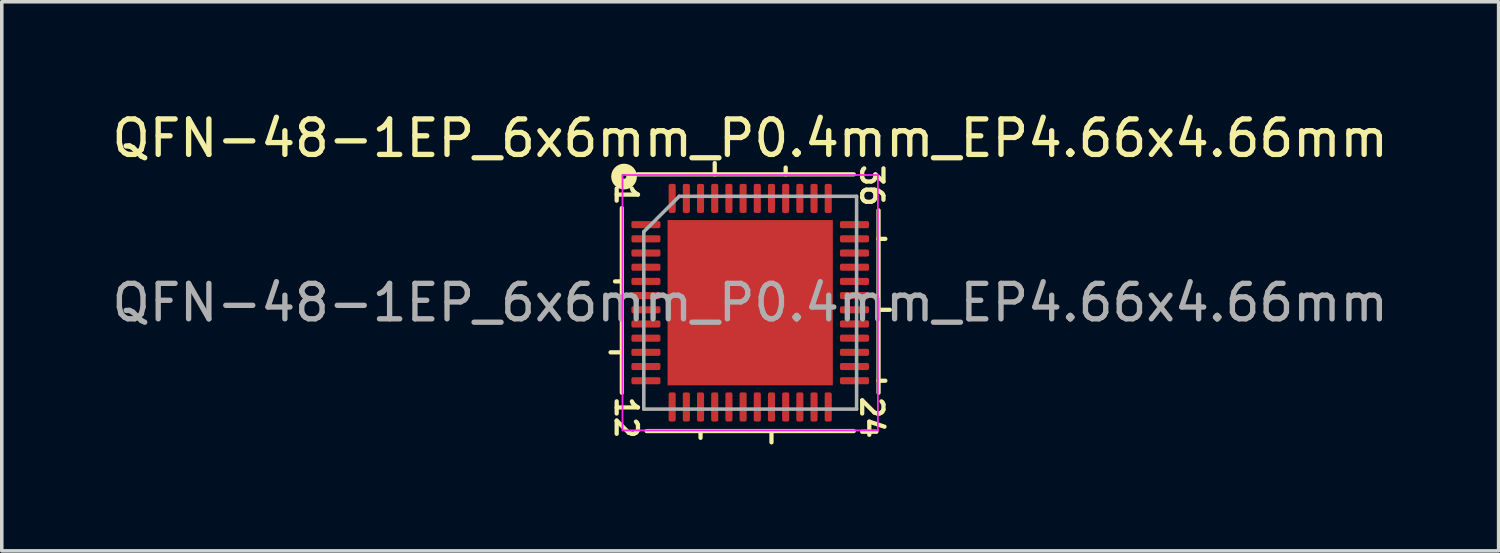
<source format=kicad_pcb>
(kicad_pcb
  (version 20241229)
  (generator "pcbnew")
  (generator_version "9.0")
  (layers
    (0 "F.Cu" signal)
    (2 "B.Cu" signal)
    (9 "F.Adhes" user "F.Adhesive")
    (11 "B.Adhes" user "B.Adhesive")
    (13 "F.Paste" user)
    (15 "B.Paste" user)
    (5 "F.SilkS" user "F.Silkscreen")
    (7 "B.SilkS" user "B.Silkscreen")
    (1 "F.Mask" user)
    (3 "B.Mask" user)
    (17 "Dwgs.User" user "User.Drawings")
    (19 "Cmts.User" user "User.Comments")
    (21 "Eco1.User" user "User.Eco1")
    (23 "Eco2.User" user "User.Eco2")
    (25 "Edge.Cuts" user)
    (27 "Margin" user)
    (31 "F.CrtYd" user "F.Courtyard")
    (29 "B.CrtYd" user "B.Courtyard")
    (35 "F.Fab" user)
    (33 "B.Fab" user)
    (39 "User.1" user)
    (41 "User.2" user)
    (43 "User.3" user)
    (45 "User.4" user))
  (footprint "QFN-48-1EP_6x6mm_P0.4mm_EP4.66x4.66mm"
    (layer "F.Cu")
    (at 18.101 5.484)
    (property "Reference" "QFN-48-1EP_6x6mm_P0.4mm_EP4.66x4.66mm" (at 0 -4.636 0) (layer "F.SilkS") (effects (font (size 1 1) (thickness 0.15))))
    (attr smd)
    (fp_line (start -3.619 -2.667) (end -3.619 2.54) (stroke (width 0.12) (type solid)) (layer "F.SilkS"))
    (fp_line (start -3.619 -0.6) (end -3.81 -0.6) (stroke (width 0.12) (type solid)) (layer "F.SilkS"))
    (fp_line (start -3.619 1.4) (end -3.937 1.4) (stroke (width 0.12) (type solid)) (layer "F.SilkS"))
    (fp_line (start -2.921 3.619) (end 2.921 3.619) (stroke (width 0.12) (type solid)) (layer "F.SilkS"))
    (fp_line (start -1.4 3.81) (end -1.4 3.619) (stroke (width 0.12) (type solid)) (layer "F.SilkS"))
    (fp_line (start -1 -3.619) (end -1 -3.937) (stroke (width 0.12) (type solid)) (layer "F.SilkS"))
    (fp_line (start 0.6 3.619) (end 0.6 3.937) (stroke (width 0.12) (type solid)) (layer "F.SilkS"))
    (fp_line (start 1 -3.619) (end 1 -3.81) (stroke (width 0.12) (type solid)) (layer "F.SilkS"))
    (fp_line (start 2.921 -3.619) (end -3.175 -3.619) (stroke (width 0.12) (type solid)) (layer "F.SilkS"))
    (fp_line (start 3.619 -1.8) (end 3.81 -1.8) (stroke (width 0.12) (type solid)) (layer "F.SilkS"))
    (fp_line (start 3.619 0.2) (end 3.937 0.2) (stroke (width 0.12) (type solid)) (layer "F.SilkS"))
    (fp_line (start 3.619 2.2) (end 3.81 2.2) (stroke (width 0.12) (type solid)) (layer "F.SilkS"))
    (fp_line (start 3.619 2.54) (end 3.619 -2.603) (stroke (width 0.12) (type solid)) (layer "F.SilkS"))
    (fp_circle (center -3.556 -3.556) (end -3.493 -3.556) (stroke (width 0.3) (type solid)) (fill no) (layer "F.SilkS"))
    (fp_line (start -3.6 -3.6) (end -3.6 3.6) (stroke (width 0.05) (type solid)) (layer "F.CrtYd"))
    (fp_line (start -3.6 3.6) (end 3.6 3.6) (stroke (width 0.05) (type solid)) (layer "F.CrtYd"))
    (fp_line (start 3.6 -3.6) (end -3.6 -3.6) (stroke (width 0.05) (type solid)) (layer "F.CrtYd"))
    (fp_line (start 3.6 3.6) (end 3.6 -3.6) (stroke (width 0.05) (type solid)) (layer "F.CrtYd"))
    (fp_line (start -3 -2) (end -2 -3) (stroke (width 0.1) (type solid)) (layer "F.Fab"))
    (fp_line (start -3 3) (end -3 -2) (stroke (width 0.1) (type solid)) (layer "F.Fab"))
    (fp_line (start -2 -3) (end 3 -3) (stroke (width 0.1) (type solid)) (layer "F.Fab"))
    (fp_line (start 3 -3) (end 3 3) (stroke (width 0.1) (type solid)) (layer "F.Fab"))
    (fp_line (start 3 3) (end -3 3) (stroke (width 0.1) (type solid)) (layer "F.Fab"))
    (fp_text user "1" (at -3.493 -3.048 270) (unlocked yes) (layer "F.SilkS") (effects (font (size 0.6 0.6) (thickness 0.12))))
    (fp_text user "12" (at -3.493 3.239 270) (unlocked yes) (layer "F.SilkS") (effects (font (size 0.6 0.6) (thickness 0.12))))
    (fp_text user "36" (at 3.429 -3.302 270) (unlocked yes) (layer "F.SilkS") (effects (font (size 0.6 0.6) (thickness 0.12))))
    (fp_text user "24" (at 3.429 3.239 270) (unlocked yes) (layer "F.SilkS") (effects (font (size 0.6 0.6) (thickness 0.12))))
    (fp_text user "${REFERENCE}" (at 0 0 0) (layer "F.Fab") (effects (font (size 1 1) (thickness 0.15))))
    (pad "" smd roundrect (at -1.55 -1.55) (size 1.25 1.25) (layers "F.Paste") (roundrect_rratio 0.2))
    (pad "" smd roundrect (at -1.55 0) (size 1.25 1.25) (layers "F.Paste") (roundrect_rratio 0.2))
    (pad "" smd roundrect (at -1.55 1.55) (size 1.25 1.25) (layers "F.Paste") (roundrect_rratio 0.2))
    (pad "" smd roundrect (at 0 -1.55) (size 1.25 1.25) (layers "F.Paste") (roundrect_rratio 0.2))
    (pad "" smd roundrect (at 0 0) (size 1.25 1.25) (layers "F.Paste") (roundrect_rratio 0.2))
    (pad "" smd roundrect (at 0 1.55) (size 1.25 1.25) (layers "F.Paste") (roundrect_rratio 0.2))
    (pad "" smd roundrect (at 1.55 -1.55) (size 1.25 1.25) (layers "F.Paste") (roundrect_rratio 0.2))
    (pad "" smd roundrect (at 1.55 0) (size 1.25 1.25) (layers "F.Paste") (roundrect_rratio 0.2))
    (pad "" smd roundrect (at 1.55 1.55) (size 1.25 1.25) (layers "F.Paste") (roundrect_rratio 0.2))
    (pad "1" smd roundrect (at -2.94 -2.2) (size 0.82 0.2) (layers "F.Cu" "F.Mask" "F.Paste") (roundrect_rratio 0.25))
    (pad "2" smd roundrect (at -2.94 -1.8) (size 0.82 0.2) (layers "F.Cu" "F.Mask" "F.Paste") (roundrect_rratio 0.25))
    (pad "3" smd roundrect (at -2.94 -1.4) (size 0.82 0.2) (layers "F.Cu" "F.Mask" "F.Paste") (roundrect_rratio 0.25))
    (pad "4" smd roundrect (at -2.94 -1) (size 0.82 0.2) (layers "F.Cu" "F.Mask" "F.Paste") (roundrect_rratio 0.25))
    (pad "5" smd roundrect (at -2.94 -0.6) (size 0.82 0.2) (layers "F.Cu" "F.Mask" "F.Paste") (roundrect_rratio 0.25))
    (pad "6" smd roundrect (at -2.94 -0.2) (size 0.82 0.2) (layers "F.Cu" "F.Mask" "F.Paste") (roundrect_rratio 0.25))
    (pad "7" smd roundrect (at -2.94 0.2) (size 0.82 0.2) (layers "F.Cu" "F.Mask" "F.Paste") (roundrect_rratio 0.25))
    (pad "8" smd roundrect (at -2.94 0.6) (size 0.82 0.2) (layers "F.Cu" "F.Mask" "F.Paste") (roundrect_rratio 0.25))
    (pad "9" smd roundrect (at -2.94 1) (size 0.82 0.2) (layers "F.Cu" "F.Mask" "F.Paste") (roundrect_rratio 0.25))
    (pad "10" smd roundrect (at -2.94 1.4) (size 0.82 0.2) (layers "F.Cu" "F.Mask" "F.Paste") (roundrect_rratio 0.25))
    (pad "11" smd roundrect (at -2.94 1.8) (size 0.82 0.2) (layers "F.Cu" "F.Mask" "F.Paste") (roundrect_rratio 0.25))
    (pad "12" smd roundrect (at -2.94 2.2) (size 0.82 0.2) (layers "F.Cu" "F.Mask" "F.Paste") (roundrect_rratio 0.25))
    (pad "13" smd roundrect (at -2.2 2.94) (size 0.2 0.82) (layers "F.Cu" "F.Mask" "F.Paste") (roundrect_rratio 0.25))
    (pad "14" smd roundrect (at -1.8 2.94) (size 0.2 0.82) (layers "F.Cu" "F.Mask" "F.Paste") (roundrect_rratio 0.25))
    (pad "15" smd roundrect (at -1.4 2.94) (size 0.2 0.82) (layers "F.Cu" "F.Mask" "F.Paste") (roundrect_rratio 0.25))
    (pad "16" smd roundrect (at -1 2.94) (size 0.2 0.82) (layers "F.Cu" "F.Mask" "F.Paste") (roundrect_rratio 0.25))
    (pad "17" smd roundrect (at -0.6 2.94) (size 0.2 0.82) (layers "F.Cu" "F.Mask" "F.Paste") (roundrect_rratio 0.25))
    (pad "18" smd roundrect (at -0.2 2.94) (size 0.2 0.82) (layers "F.Cu" "F.Mask" "F.Paste") (roundrect_rratio 0.25))
    (pad "19" smd roundrect (at 0.2 2.94) (size 0.2 0.82) (layers "F.Cu" "F.Mask" "F.Paste") (roundrect_rratio 0.25))
    (pad "20" smd roundrect (at 0.6 2.94) (size 0.2 0.82) (layers "F.Cu" "F.Mask" "F.Paste") (roundrect_rratio 0.25))
    (pad "21" smd roundrect (at 1 2.94) (size 0.2 0.82) (layers "F.Cu" "F.Mask" "F.Paste") (roundrect_rratio 0.25))
    (pad "22" smd roundrect (at 1.4 2.94) (size 0.2 0.82) (layers "F.Cu" "F.Mask" "F.Paste") (roundrect_rratio 0.25))
    (pad "23" smd roundrect (at 1.8 2.94) (size 0.2 0.82) (layers "F.Cu" "F.Mask" "F.Paste") (roundrect_rratio 0.25))
    (pad "24" smd roundrect (at 2.2 2.94) (size 0.2 0.82) (layers "F.Cu" "F.Mask" "F.Paste") (roundrect_rratio 0.25))
    (pad "25" smd roundrect (at 2.94 2.2) (size 0.82 0.2) (layers "F.Cu" "F.Mask" "F.Paste") (roundrect_rratio 0.25))
    (pad "26" smd roundrect (at 2.94 1.8) (size 0.82 0.2) (layers "F.Cu" "F.Mask" "F.Paste") (roundrect_rratio 0.25))
    (pad "27" smd roundrect (at 2.94 1.4) (size 0.82 0.2) (layers "F.Cu" "F.Mask" "F.Paste") (roundrect_rratio 0.25))
    (pad "28" smd roundrect (at 2.94 1) (size 0.82 0.2) (layers "F.Cu" "F.Mask" "F.Paste") (roundrect_rratio 0.25))
    (pad "29" smd roundrect (at 2.94 0.6) (size 0.82 0.2) (layers "F.Cu" "F.Mask" "F.Paste") (roundrect_rratio 0.25))
    (pad "30" smd roundrect (at 2.94 0.2) (size 0.82 0.2) (layers "F.Cu" "F.Mask" "F.Paste") (roundrect_rratio 0.25))
    (pad "31" smd roundrect (at 2.94 -0.2) (size 0.82 0.2) (layers "F.Cu" "F.Mask" "F.Paste") (roundrect_rratio 0.25))
    (pad "32" smd roundrect (at 2.94 -0.6) (size 0.82 0.2) (layers "F.Cu" "F.Mask" "F.Paste") (roundrect_rratio 0.25))
    (pad "33" smd roundrect (at 2.94 -1) (size 0.82 0.2) (layers "F.Cu" "F.Mask" "F.Paste") (roundrect_rratio 0.25))
    (pad "34" smd roundrect (at 2.94 -1.4) (size 0.82 0.2) (layers "F.Cu" "F.Mask" "F.Paste") (roundrect_rratio 0.25))
    (pad "35" smd roundrect (at 2.94 -1.8) (size 0.82 0.2) (layers "F.Cu" "F.Mask" "F.Paste") (roundrect_rratio 0.25))
    (pad "36" smd roundrect (at 2.94 -2.2) (size 0.82 0.2) (layers "F.Cu" "F.Mask" "F.Paste") (roundrect_rratio 0.25))
    (pad "37" smd roundrect (at 2.2 -2.94) (size 0.2 0.82) (layers "F.Cu" "F.Mask" "F.Paste") (roundrect_rratio 0.25))
    (pad "38" smd roundrect (at 1.8 -2.94) (size 0.2 0.82) (layers "F.Cu" "F.Mask" "F.Paste") (roundrect_rratio 0.25))
    (pad "39" smd roundrect (at 1.4 -2.94) (size 0.2 0.82) (layers "F.Cu" "F.Mask" "F.Paste") (roundrect_rratio 0.25))
    (pad "40" smd roundrect (at 1 -2.94) (size 0.2 0.82) (layers "F.Cu" "F.Mask" "F.Paste") (roundrect_rratio 0.25))
    (pad "41" smd roundrect (at 0.6 -2.94) (size 0.2 0.82) (layers "F.Cu" "F.Mask" "F.Paste") (roundrect_rratio 0.25))
    (pad "42" smd roundrect (at 0.2 -2.94) (size 0.2 0.82) (layers "F.Cu" "F.Mask" "F.Paste") (roundrect_rratio 0.25))
    (pad "43" smd roundrect (at -0.2 -2.94) (size 0.2 0.82) (layers "F.Cu" "F.Mask" "F.Paste") (roundrect_rratio 0.25))
    (pad "44" smd roundrect (at -0.6 -2.94) (size 0.2 0.82) (layers "F.Cu" "F.Mask" "F.Paste") (roundrect_rratio 0.25))
    (pad "45" smd roundrect (at -1 -2.94) (size 0.2 0.82) (layers "F.Cu" "F.Mask" "F.Paste") (roundrect_rratio 0.25))
    (pad "46" smd roundrect (at -1.4 -2.94) (size 0.2 0.82) (layers "F.Cu" "F.Mask" "F.Paste") (roundrect_rratio 0.25))
    (pad "47" smd roundrect (at -1.8 -2.94) (size 0.2 0.82) (layers "F.Cu" "F.Mask" "F.Paste") (roundrect_rratio 0.25))
    (pad "48" smd roundrect (at -2.2 -2.94) (size 0.2 0.82) (layers "F.Cu" "F.Mask" "F.Paste") (roundrect_rratio 0.25))
    (pad "49" smd rect (at 0 0) (size 4.66 4.66) (layers "F.Cu" "F.Mask")))
  (gr_rect
    (start -3 -3)
    (end 39.202 12.481)
    (stroke (width 0.1) (type default))
    (fill no)
    (layer "Edge.Cuts")))
</source>
